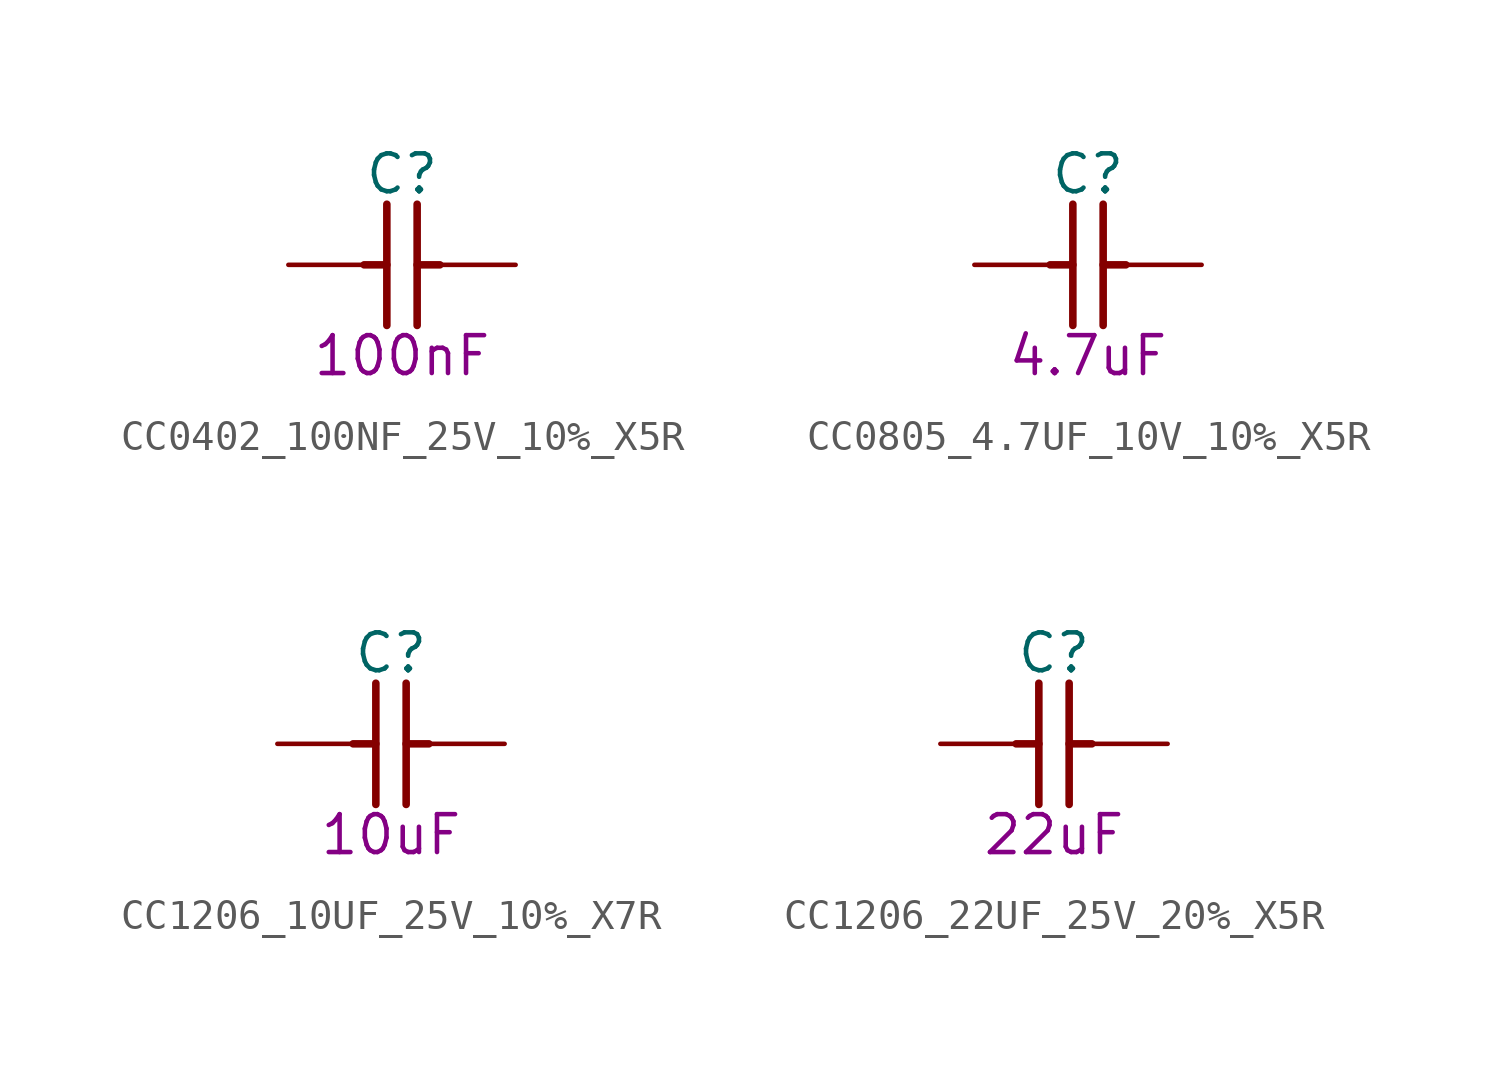
<source format=kicad_sym>
(kicad_symbol_lib
  (version 20211014)
  (generator kicad_symbol_editor)
  (symbol "CC0402_100NF_25V_10%_X5R"
    (pin_names
      (offset 1.27))
    (property "Reference" "C"
      (at 3.81 3.048 0)
      (effects (font (size 1.27 1.27))))
    (property "Val" "100nF"
      (at 3.81 -3.048 0)
      (effects (font (size 1.27 1.27))))
    (property "ki_locked" ""
      (at 0 0 0)
      (effects (font (size 1.27 1.27))))
    (symbol "CC0402_100NF_25V_10%_X5R_0_1"
      (polyline (pts (xy 2.54 0) (xy 3.302 0)) (stroke (width 0.254) (type default) (color 0 0 0 0)) (fill (type none)))
      (polyline (pts (xy 3.302 -2.032) (xy 3.302 2.032)) (stroke (width 0.254) (type default) (color 0 0 0 0)) (fill (type none)))
      (polyline (pts (xy 4.318 2.032) (xy 4.318 -2.032)) (stroke (width 0.254) (type default) (color 0 0 0 0)) (fill (type none)))
      (polyline (pts (xy 5.08 0) (xy 4.318 0)) (stroke (width 0.254) (type default) (color 0 0 0 0)) (fill (type none)))
      (pin passive line (at 0 0 0) (length 2.54) (name "1" (effects (font (size 0 0)))) (number "1" (effects (font (size 0 0)))))
      (pin passive line (at 7.62 0 180) (length 2.54) (name "2" (effects (font (size 0 0)))) (number "2" (effects (font (size 0 0)))))))
  (symbol "CC0805_4.7UF_10V_10%_X5R"
    (pin_names
      (offset 1.27))
    (property "Reference" "C"
      (at 3.81 3.048 0)
      (effects (font (size 1.27 1.27))))
    (property "Val" "4.7uF"
      (at 3.81 -3.048 0)
      (effects (font (size 1.27 1.27))))
    (property "ki_locked" ""
      (at 0 0 0)
      (effects (font (size 1.27 1.27))))
    (symbol "CC0805_4.7UF_10V_10%_X5R_0_1"
      (polyline (pts (xy 2.54 0) (xy 3.302 0)) (stroke (width 0.254) (type default) (color 0 0 0 0)) (fill (type none)))
      (polyline (pts (xy 3.302 -2.032) (xy 3.302 2.032)) (stroke (width 0.254) (type default) (color 0 0 0 0)) (fill (type none)))
      (polyline (pts (xy 4.318 2.032) (xy 4.318 -2.032)) (stroke (width 0.254) (type default) (color 0 0 0 0)) (fill (type none)))
      (polyline (pts (xy 5.08 0) (xy 4.318 0)) (stroke (width 0.254) (type default) (color 0 0 0 0)) (fill (type none)))
      (pin passive line (at 0 0 0) (length 2.54) (name "1" (effects (font (size 0 0)))) (number "1" (effects (font (size 0 0)))))
      (pin passive line (at 7.62 0 180) (length 2.54) (name "2" (effects (font (size 0 0)))) (number "2" (effects (font (size 0 0)))))))
  (symbol "CC1206_10UF_25V_10%_X7R"
    (pin_names
      (offset 1.27))
    (property "Reference" "C"
      (at 3.81 3.048 0)
      (effects (font (size 1.27 1.27))))
    (property "Val" "10uF"
      (at 3.81 -3.048 0)
      (effects (font (size 1.27 1.27))))
    (property "ki_locked" ""
      (at 0 0 0)
      (effects (font (size 1.27 1.27))))
    (symbol "CC1206_10UF_25V_10%_X7R_0_1"
      (polyline (pts (xy 2.54 0) (xy 3.302 0)) (stroke (width 0.254) (type default) (color 0 0 0 0)) (fill (type none)))
      (polyline (pts (xy 3.302 -2.032) (xy 3.302 2.032)) (stroke (width 0.254) (type default) (color 0 0 0 0)) (fill (type none)))
      (polyline (pts (xy 4.318 2.032) (xy 4.318 -2.032)) (stroke (width 0.254) (type default) (color 0 0 0 0)) (fill (type none)))
      (polyline (pts (xy 5.08 0) (xy 4.318 0)) (stroke (width 0.254) (type default) (color 0 0 0 0)) (fill (type none)))
      (pin passive line (at 0 0 0) (length 2.54) (name "1" (effects (font (size 0 0)))) (number "1" (effects (font (size 0 0)))))
      (pin passive line (at 7.62 0 180) (length 2.54) (name "2" (effects (font (size 0 0)))) (number "2" (effects (font (size 0 0)))))))
  (symbol "CC1206_22UF_25V_20%_X5R"
    (pin_names
      (offset 1.27))
    (property "Reference" "C"
      (at 3.81 3.048 0)
      (effects (font (size 1.27 1.27))))
    (property "Val" "22uF"
      (at 3.81 -3.048 0)
      (effects (font (size 1.27 1.27))))
    (property "ki_locked" ""
      (at 0 0 0)
      (effects (font (size 1.27 1.27))))
    (symbol "CC1206_22UF_25V_20%_X5R_0_1"
      (polyline (pts (xy 2.54 0) (xy 3.302 0)) (stroke (width 0.254) (type default) (color 0 0 0 0)) (fill (type none)))
      (polyline (pts (xy 3.302 -2.032) (xy 3.302 2.032)) (stroke (width 0.254) (type default) (color 0 0 0 0)) (fill (type none)))
      (polyline (pts (xy 4.318 2.032) (xy 4.318 -2.032)) (stroke (width 0.254) (type default) (color 0 0 0 0)) (fill (type none)))
      (polyline (pts (xy 5.08 0) (xy 4.318 0)) (stroke (width 0.254) (type default) (color 0 0 0 0)) (fill (type none)))
      (pin passive line (at 0 0 0) (length 2.54) (name "1" (effects (font (size 0 0)))) (number "1" (effects (font (size 0 0)))))
      (pin passive line (at 7.62 0 180) (length 2.54) (name "2" (effects (font (size 0 0)))) (number "2" (effects (font (size 0 0))))))))
</source>
